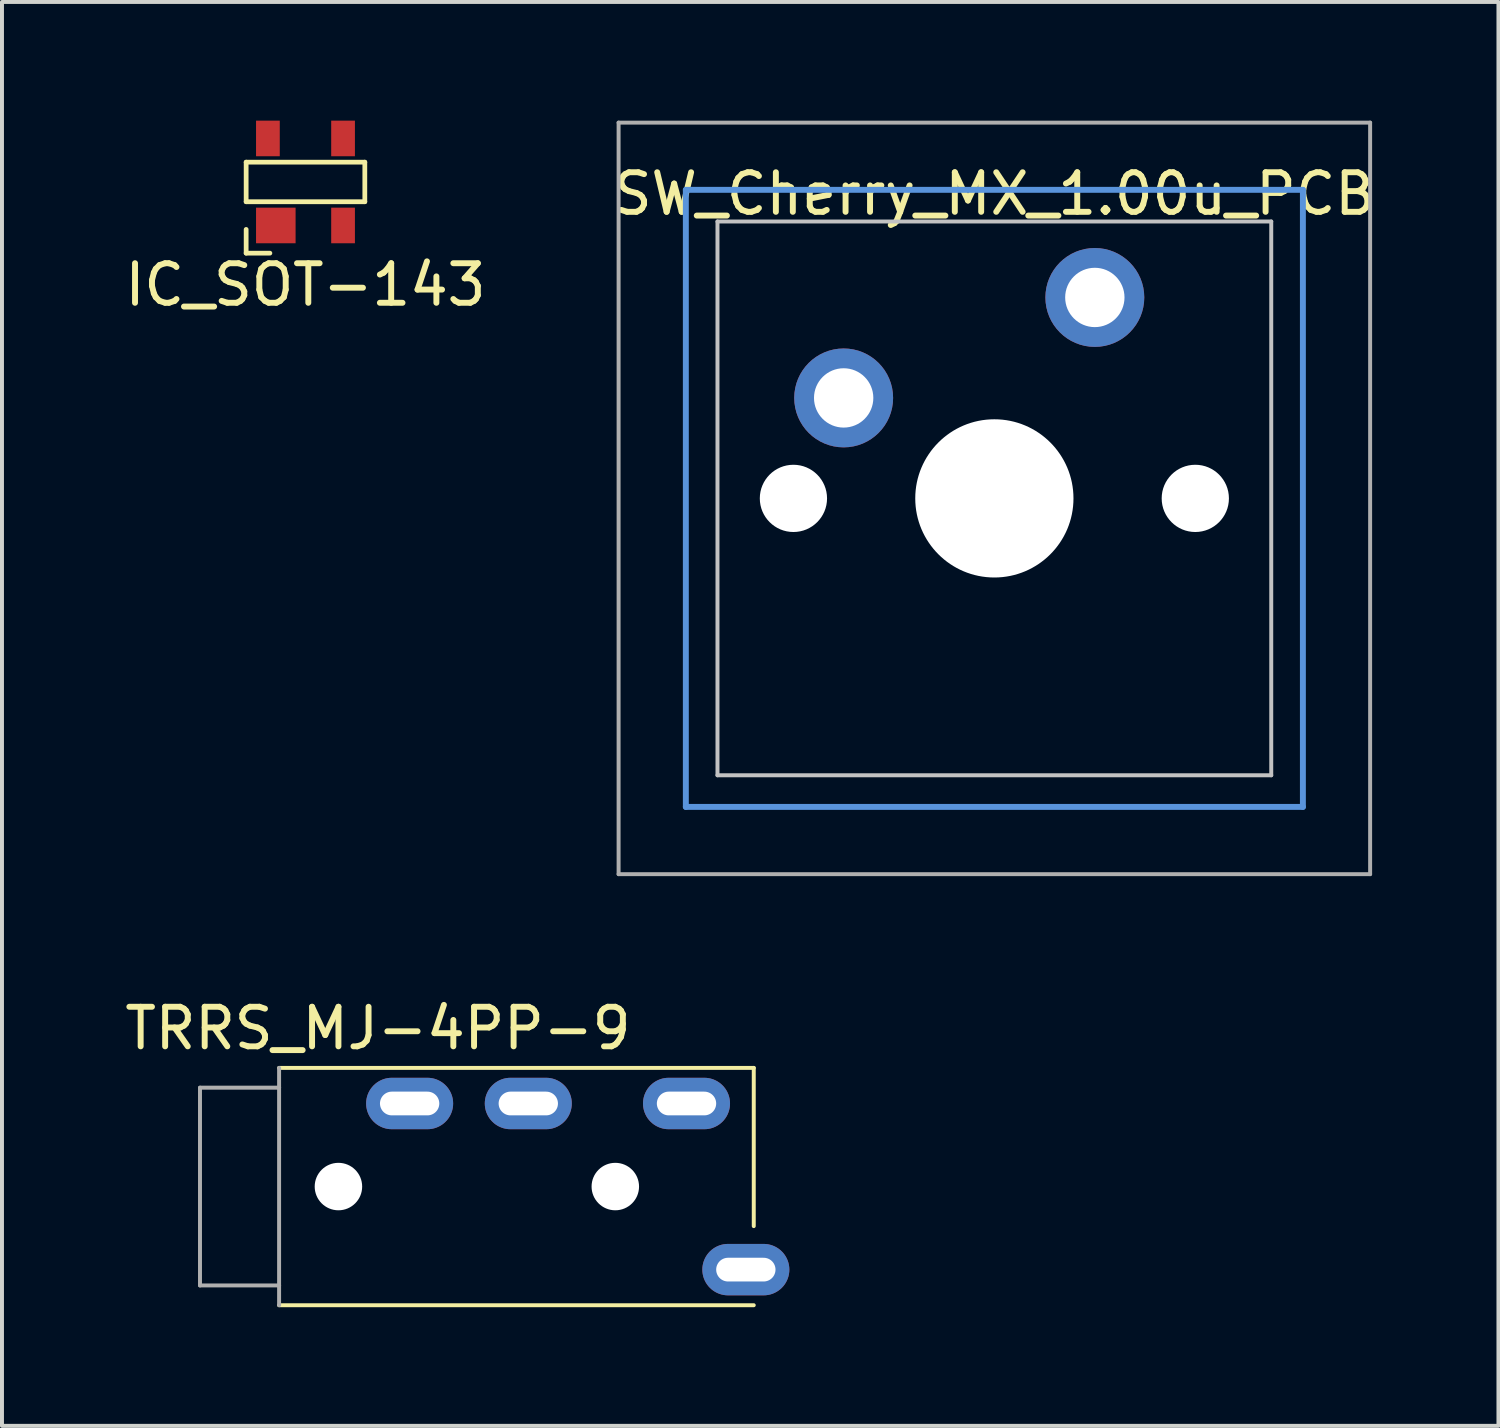
<source format=kicad_pcb>
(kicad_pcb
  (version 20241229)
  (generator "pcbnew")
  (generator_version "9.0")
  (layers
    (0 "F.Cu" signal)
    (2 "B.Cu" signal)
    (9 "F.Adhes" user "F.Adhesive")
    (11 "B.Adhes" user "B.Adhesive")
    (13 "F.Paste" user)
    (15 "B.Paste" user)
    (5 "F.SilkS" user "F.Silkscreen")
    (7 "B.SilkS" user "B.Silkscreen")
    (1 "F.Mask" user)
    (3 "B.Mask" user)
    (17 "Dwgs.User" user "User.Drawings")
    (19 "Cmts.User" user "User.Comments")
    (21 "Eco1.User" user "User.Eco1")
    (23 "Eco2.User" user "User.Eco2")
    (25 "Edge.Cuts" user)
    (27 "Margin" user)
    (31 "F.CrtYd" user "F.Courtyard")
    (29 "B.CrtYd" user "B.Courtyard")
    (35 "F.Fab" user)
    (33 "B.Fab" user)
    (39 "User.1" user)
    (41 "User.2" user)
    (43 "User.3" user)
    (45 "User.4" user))
  (footprint "SW_Cherry_MX_1.00u_PCB"
    (layer "F.Cu")
    (at 22.089 9.55)
    (property "Reference" "SW_Cherry_MX_1.00u_PCB" (at 0 -7.7 0) (layer "F.SilkS") (effects (font (size 1 1) (thickness 0.15))))
    (attr through_hole)
    (fp_line (start -7 -7) (end 7 -7) (stroke (width 0.1) (type solid)) (layer "Dwgs.User"))
    (fp_line (start -7 7) (end -7 -7) (stroke (width 0.1) (type solid)) (layer "Dwgs.User"))
    (fp_line (start -7 7) (end 7 7) (stroke (width 0.1) (type solid)) (layer "Dwgs.User"))
    (fp_line (start 7 -7) (end 7 7) (stroke (width 0.1) (type solid)) (layer "Dwgs.User"))
    (fp_line (start -7.8 -7.8) (end 7.8 -7.8) (stroke (width 0.15) (type solid)) (layer "Cmts.User"))
    (fp_line (start -7.8 7.8) (end -7.8 -7.8) (stroke (width 0.15) (type solid)) (layer "Cmts.User"))
    (fp_line (start 7.8 -7.8) (end 7.8 7.8) (stroke (width 0.15) (type solid)) (layer "Cmts.User"))
    (fp_line (start 7.8 7.8) (end -7.8 7.8) (stroke (width 0.15) (type solid)) (layer "Cmts.User"))
    (fp_line (start -9.5 -9.5) (end 9.5 -9.5) (stroke (width 0.1) (type solid)) (layer "F.Fab"))
    (fp_line (start -9.5 9.5) (end -9.5 -9.5) (stroke (width 0.1) (type solid)) (layer "F.Fab"))
    (fp_line (start 9.5 -9.5) (end 9.5 9.5) (stroke (width 0.1) (type solid)) (layer "F.Fab"))
    (fp_line (start 9.5 9.5) (end -9.5 9.5) (stroke (width 0.1) (type solid)) (layer "F.Fab"))
    (pad "" np_thru_hole circle (at -5.08 0) (size 1.7 1.7) (drill 1.7) (layers "*.Cu" "*.Mask"))
    (pad "" np_thru_hole circle (at 0 0) (size 4 4) (drill 4) (layers "*.Cu" "*.Mask"))
    (pad "" np_thru_hole circle (at 5.08 0) (size 1.7 1.7) (drill 1.7) (layers "*.Cu" "*.Mask"))
    (pad "1" thru_hole circle (at -3.81 -2.54) (size 2.5 2.5) (drill 1.5) (layers "*.Cu" "*.Mask"))
    (pad "2" thru_hole circle (at 2.54 -5.08) (size 2.5 2.5) (drill 1.5) (layers "*.Cu" "*.Mask")))
  (footprint "TRRS_MJ-4PP-9"
    (layer "F.Cu")
    (at 4.006 26.948)
    (property "Reference" "TRRS_MJ-4PP-9" (at 2.5 -4 0) (layer "F.SilkS") (effects (font (size 1 1) (thickness 0.15))))
    (attr through_hole)
    (fp_line (start 0 -3) (end 12 -3) (stroke (width 0.1) (type solid)) (layer "F.SilkS"))
    (fp_line (start 0 3) (end 12 3) (stroke (width 0.1) (type solid)) (layer "F.SilkS"))
    (fp_line (start 12 -3) (end 12 1) (stroke (width 0.1) (type solid)) (layer "F.SilkS"))
    (fp_line (start -2 -2.5) (end -2 2.5) (stroke (width 0.1) (type solid)) (layer "F.Fab"))
    (fp_line (start -2 2.5) (end 0 2.5) (stroke (width 0.1) (type solid)) (layer "F.Fab"))
    (fp_line (start 0 -3) (end 0 -2.5) (stroke (width 0.1) (type solid)) (layer "F.Fab"))
    (fp_line (start 0 -2.5) (end -2 -2.5) (stroke (width 0.1) (type solid)) (layer "F.Fab"))
    (fp_line (start 0 2.5) (end 0 -2.5) (stroke (width 0.1) (type solid)) (layer "F.Fab"))
    (fp_line (start 0 3) (end 0 2.5) (stroke (width 0.1) (type solid)) (layer "F.Fab"))
    (pad "" np_thru_hole circle (at 1.5 0) (size 1.2 1.2) (drill 1.2) (layers "*.Cu" "*.Mask"))
    (pad "" np_thru_hole circle (at 8.5 0) (size 1.2 1.2) (drill 1.2) (layers "*.Cu" "*.Mask"))
    (pad "R1" thru_hole oval (at 6.3 -2.1) (size 2.2 1.3) (drill oval 1.5 0.6) (layers "*.Cu" "*.Mask"))
    (pad "R2" thru_hole oval (at 3.3 -2.1) (size 2.2 1.3) (drill oval 1.5 0.6) (layers "*.Cu" "*.Mask"))
    (pad "S" thru_hole oval (at 11.8 2.1) (size 2.2 1.3) (drill oval 1.5 0.6) (layers "*.Cu" "*.Mask"))
    (pad "T" thru_hole oval (at 10.3 -2.1) (size 2.2 1.3) (drill oval 1.5 0.6) (layers "*.Cu" "*.Mask")))
  (footprint "IC_SOT-143"
    (layer "F.Cu")
    (at 4.673 1.55)
    (property "Reference" "IC_SOT-143" (at 0 2.6 0) (layer "F.SilkS") (effects (font (size 1 1) (thickness 0.15))))
    (attr through_hole)
    (fp_line (start -1.5 -0.5) (end -1.5 0.5) (stroke (width 0.12) (type solid)) (layer "F.SilkS"))
    (fp_line (start -1.5 0.5) (end 1.5 0.5) (stroke (width 0.12) (type solid)) (layer "F.SilkS"))
    (fp_line (start -1.5 1.2) (end -1.5 1.8) (stroke (width 0.12) (type solid)) (layer "F.SilkS"))
    (fp_line (start -1.5 1.8) (end -0.9 1.8) (stroke (width 0.12) (type solid)) (layer "F.SilkS"))
    (fp_line (start 1.5 -0.5) (end -1.5 -0.5) (stroke (width 0.12) (type solid)) (layer "F.SilkS"))
    (fp_line (start 1.5 0.5) (end 1.5 -0.5) (stroke (width 0.12) (type solid)) (layer "F.SilkS"))
    (pad "1" smd rect (at -0.75 1.1) (size 1 0.9) (layers "F.Cu" "F.Mask" "F.Paste"))
    (pad "2" smd rect (at 0.95 1.1) (size 0.6 0.9) (layers "F.Cu" "F.Mask" "F.Paste"))
    (pad "3" smd rect (at 0.95 -1.1) (size 0.6 0.9) (layers "F.Cu" "F.Mask" "F.Paste"))
    (pad "4" smd rect (at -0.95 -1.1) (size 0.6 0.9) (layers "F.Cu" "F.Mask" "F.Paste")))
  (gr_rect
    (start -3 -3)
    (end 34.833 32.998)
    (stroke (width 0.1) (type default))
    (fill no)
    (layer "Edge.Cuts")))
</source>
